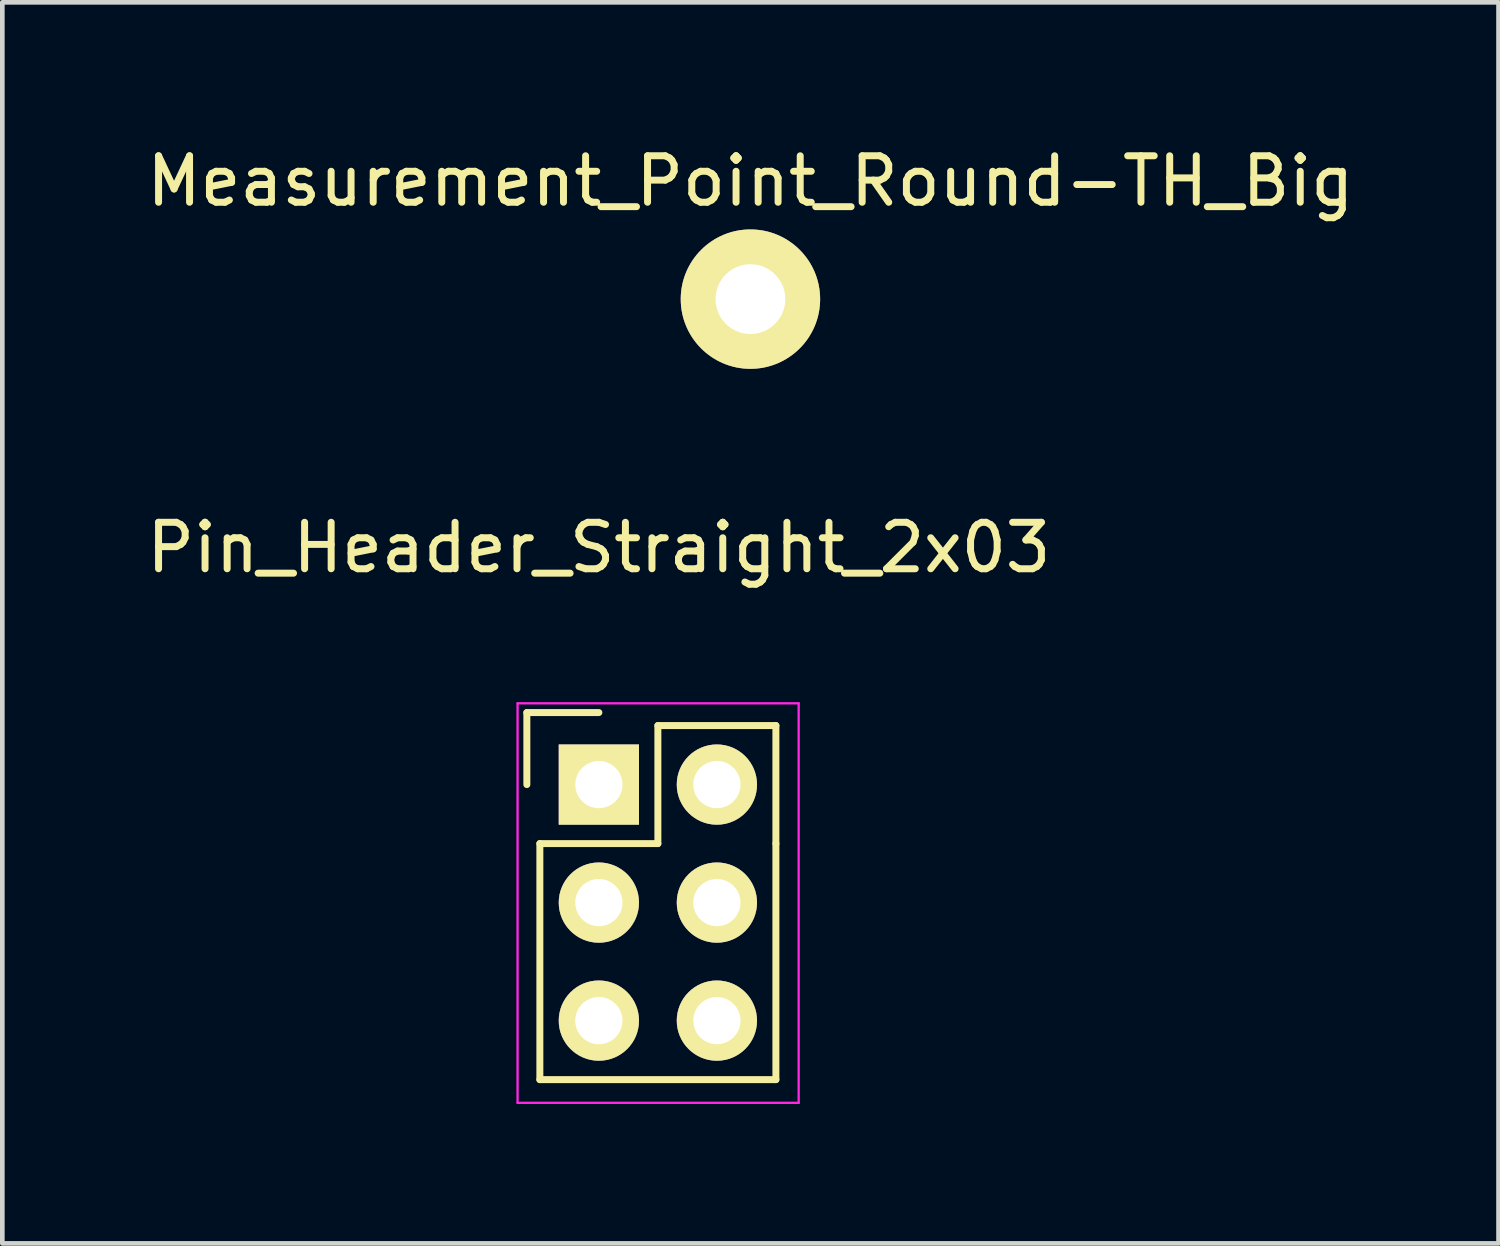
<source format=kicad_pcb>
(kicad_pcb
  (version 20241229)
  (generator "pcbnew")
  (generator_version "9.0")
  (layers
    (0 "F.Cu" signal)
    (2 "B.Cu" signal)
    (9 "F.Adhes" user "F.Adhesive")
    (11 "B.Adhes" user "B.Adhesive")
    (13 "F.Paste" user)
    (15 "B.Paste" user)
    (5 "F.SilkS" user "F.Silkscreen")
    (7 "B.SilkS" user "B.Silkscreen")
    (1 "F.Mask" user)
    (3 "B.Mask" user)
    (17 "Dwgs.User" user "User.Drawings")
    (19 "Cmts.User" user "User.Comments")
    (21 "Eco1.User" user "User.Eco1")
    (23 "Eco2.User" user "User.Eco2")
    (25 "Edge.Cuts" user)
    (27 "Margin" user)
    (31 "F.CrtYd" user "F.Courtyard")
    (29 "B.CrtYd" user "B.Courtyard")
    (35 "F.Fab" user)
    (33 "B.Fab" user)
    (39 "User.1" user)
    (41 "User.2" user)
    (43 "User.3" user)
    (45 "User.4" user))
  (footprint "Measurement_Point_Round-TH_Big"
    (layer "F.Cu")
    (at 13.101 3.388)
    (property "Reference" "Measurement_Point_Round-TH_Big" (at 0 -2.54 0) (layer "F.SilkS") (effects (font (size 1 1) (thickness 0.15))))
    (attr through_hole)
    (pad "1" thru_hole circle (at 0 0) (size 3 3) (drill 1.501) (layers "*.Cu" "*.Mask" "F.SilkS")))
  (footprint "Pin_Header_Straight_2x03"
    (layer "F.Cu")
    (at 9.839 13.836)
    (property "Reference" "Pin_Header_Straight_2x03" (at 0 -5.1 0) (layer "F.SilkS") (effects (font (size 1 1) (thickness 0.15))))
    (attr through_hole)
    (fp_line (start -1.55 -1.55) (end -1.55 0) (stroke (width 0.15) (type solid)) (layer "F.SilkS"))
    (fp_line (start -1.55 -1.55) (end 0 -1.55) (stroke (width 0.15) (type solid)) (layer "F.SilkS"))
    (fp_line (start -1.27 1.27) (end -1.27 6.35) (stroke (width 0.15) (type solid)) (layer "F.SilkS"))
    (fp_line (start -1.27 6.35) (end 3.81 6.35) (stroke (width 0.15) (type solid)) (layer "F.SilkS"))
    (fp_line (start 1.27 -1.27) (end 1.27 1.27) (stroke (width 0.15) (type solid)) (layer "F.SilkS"))
    (fp_line (start 1.27 1.27) (end -1.27 1.27) (stroke (width 0.15) (type solid)) (layer "F.SilkS"))
    (fp_line (start 3.81 -1.27) (end 1.27 -1.27) (stroke (width 0.15) (type solid)) (layer "F.SilkS"))
    (fp_line (start 3.81 1.27) (end 3.81 -1.27) (stroke (width 0.15) (type solid)) (layer "F.SilkS"))
    (fp_line (start 3.81 6.35) (end 3.81 1.27) (stroke (width 0.15) (type solid)) (layer "F.SilkS"))
    (fp_line (start -1.75 -1.75) (end -1.75 6.85) (stroke (width 0.05) (type solid)) (layer "F.CrtYd"))
    (fp_line (start -1.75 -1.75) (end 4.3 -1.75) (stroke (width 0.05) (type solid)) (layer "F.CrtYd"))
    (fp_line (start -1.75 6.85) (end 4.3 6.85) (stroke (width 0.05) (type solid)) (layer "F.CrtYd"))
    (fp_line (start 4.3 -1.75) (end 4.3 6.85) (stroke (width 0.05) (type solid)) (layer "F.CrtYd"))
    (pad "1" thru_hole rect (at 0 0) (size 1.727 1.727) (drill 1.016) (layers "*.Cu" "*.Mask" "F.SilkS"))
    (pad "2" thru_hole oval (at 2.54 0) (size 1.727 1.727) (drill 1.016) (layers "*.Cu" "*.Mask" "F.SilkS"))
    (pad "3" thru_hole oval (at 0 2.54) (size 1.727 1.727) (drill 1.016) (layers "*.Cu" "*.Mask" "F.SilkS"))
    (pad "4" thru_hole oval (at 2.54 2.54) (size 1.727 1.727) (drill 1.016) (layers "*.Cu" "*.Mask" "F.SilkS"))
    (pad "5" thru_hole oval (at 0 5.08) (size 1.727 1.727) (drill 1.016) (layers "*.Cu" "*.Mask" "F.SilkS"))
    (pad "6" thru_hole oval (at 2.54 5.08) (size 1.727 1.727) (drill 1.016) (layers "*.Cu" "*.Mask" "F.SilkS")))
  (gr_rect
    (start -3 -3)
    (end 29.202 23.711)
    (stroke (width 0.1) (type default))
    (fill no)
    (layer "Edge.Cuts")))
</source>
